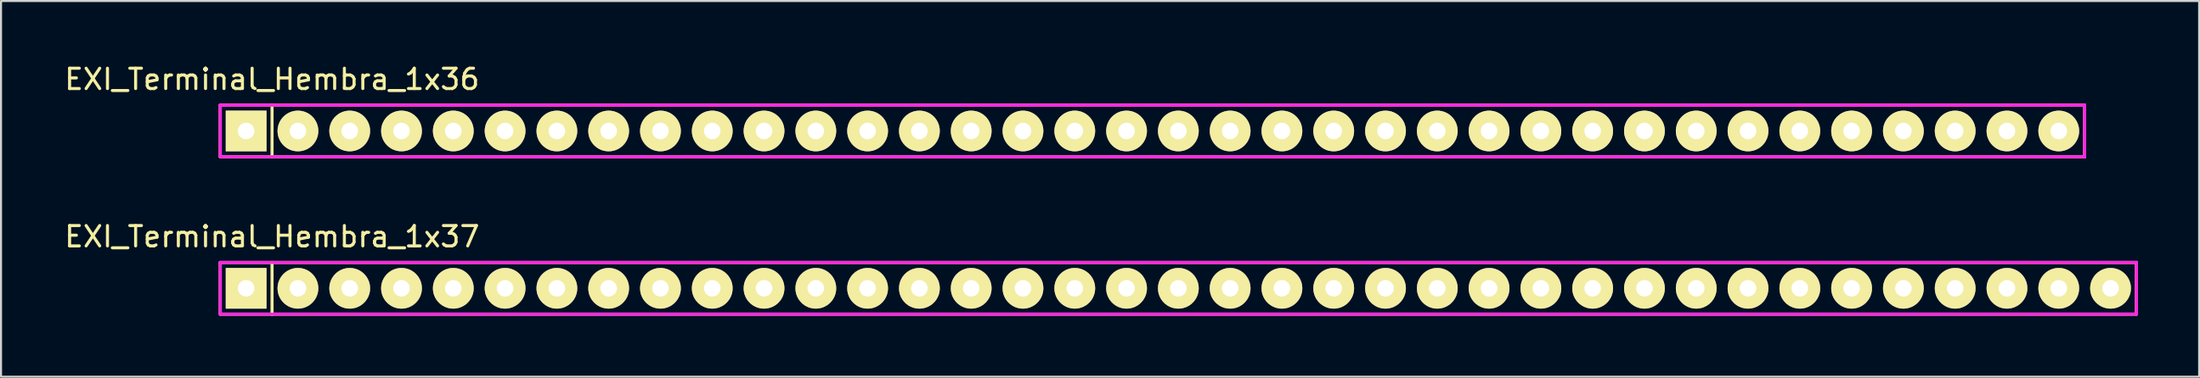
<source format=kicad_pcb>
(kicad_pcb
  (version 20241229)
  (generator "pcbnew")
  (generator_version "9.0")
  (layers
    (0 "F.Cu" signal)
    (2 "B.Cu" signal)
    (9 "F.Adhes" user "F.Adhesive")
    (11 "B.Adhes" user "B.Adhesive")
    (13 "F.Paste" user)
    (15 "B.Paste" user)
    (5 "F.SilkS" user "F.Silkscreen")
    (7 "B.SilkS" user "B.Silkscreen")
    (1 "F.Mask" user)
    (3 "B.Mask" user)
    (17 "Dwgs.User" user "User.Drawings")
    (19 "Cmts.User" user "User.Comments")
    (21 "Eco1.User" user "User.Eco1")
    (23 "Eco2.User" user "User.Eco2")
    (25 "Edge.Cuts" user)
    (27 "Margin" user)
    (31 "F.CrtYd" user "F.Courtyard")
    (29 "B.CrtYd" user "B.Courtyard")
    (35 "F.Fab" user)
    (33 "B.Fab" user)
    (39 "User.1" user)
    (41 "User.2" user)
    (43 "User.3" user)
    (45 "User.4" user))
  (footprint "EXI_Terminal_Hembra_1x37"
    (layer "F.Cu")
    (at 54.742 11.121)
    (property "Reference" "EXI_Terminal_Hembra_1x37" (at -44.45 -2.54 0) (layer "F.SilkS") (effects (font (size 1 1) (thickness 0.15))))
    (attr through_hole)
    (fp_line (start -46.99 -1.27) (end -46.99 1.27) (stroke (width 0.15) (type solid)) (layer "F.SilkS"))
    (fp_line (start -46.99 1.27) (end -44.45 1.27) (stroke (width 0.15) (type solid)) (layer "F.SilkS"))
    (fp_line (start -44.45 -1.27) (end -46.99 -1.27) (stroke (width 0.15) (type solid)) (layer "F.SilkS"))
    (fp_line (start -44.45 -1.27) (end 46.99 -1.27) (stroke (width 0.15) (type solid)) (layer "F.SilkS"))
    (fp_line (start -44.45 1.27) (end -44.45 -1.27) (stroke (width 0.15) (type solid)) (layer "F.SilkS"))
    (fp_line (start 46.99 -1.27) (end 46.99 1.27) (stroke (width 0.15) (type solid)) (layer "F.SilkS"))
    (fp_line (start 46.99 1.27) (end -44.45 1.27) (stroke (width 0.15) (type solid)) (layer "F.SilkS"))
    (fp_line (start -46.99 1.27) (end -46.99 -1.27) (stroke (width 0.15) (type solid)) (layer "F.CrtYd"))
    (fp_line (start -46.99 1.27) (end 46.99 1.27) (stroke (width 0.15) (type solid)) (layer "F.CrtYd"))
    (fp_line (start 46.99 -1.27) (end -46.99 -1.27) (stroke (width 0.15) (type solid)) (layer "F.CrtYd"))
    (fp_line (start 46.99 1.27) (end 46.99 -1.27) (stroke (width 0.15) (type solid)) (layer "F.CrtYd"))
    (pad "1" thru_hole rect (at -45.72 0) (size 1.999 1.999) (drill 0.813) (layers "*.Cu" "*.Mask" "F.SilkS"))
    (pad "2" thru_hole circle (at -43.18 0) (size 1.999 1.999) (drill 0.813) (layers "*.Cu" "*.Mask" "F.SilkS"))
    (pad "3" thru_hole circle (at -40.64 0) (size 1.999 1.999) (drill 0.813) (layers "*.Cu" "*.Mask" "F.SilkS"))
    (pad "4" thru_hole circle (at -38.1 0) (size 1.999 1.999) (drill 0.813) (layers "*.Cu" "*.Mask" "F.SilkS"))
    (pad "5" thru_hole circle (at -35.56 0) (size 1.999 1.999) (drill 0.813) (layers "*.Cu" "*.Mask" "F.SilkS"))
    (pad "6" thru_hole circle (at -33.02 0) (size 1.999 1.999) (drill 0.813) (layers "*.Cu" "*.Mask" "F.SilkS"))
    (pad "7" thru_hole circle (at -30.48 0) (size 1.999 1.999) (drill 0.813) (layers "*.Cu" "*.Mask" "F.SilkS"))
    (pad "8" thru_hole circle (at -27.94 0) (size 1.999 1.999) (drill 0.813) (layers "*.Cu" "*.Mask" "F.SilkS"))
    (pad "9" thru_hole circle (at -25.4 0) (size 1.999 1.999) (drill 0.813) (layers "*.Cu" "*.Mask" "F.SilkS"))
    (pad "10" thru_hole circle (at -22.86 0) (size 1.999 1.999) (drill 0.813) (layers "*.Cu" "*.Mask" "F.SilkS"))
    (pad "11" thru_hole circle (at -20.32 0) (size 1.999 1.999) (drill 0.813) (layers "*.Cu" "*.Mask" "F.SilkS"))
    (pad "12" thru_hole circle (at -17.78 0) (size 1.999 1.999) (drill 0.813) (layers "*.Cu" "*.Mask" "F.SilkS"))
    (pad "13" thru_hole circle (at -15.24 0) (size 1.999 1.999) (drill 0.813) (layers "*.Cu" "*.Mask" "F.SilkS"))
    (pad "14" thru_hole circle (at -12.7 0) (size 1.999 1.999) (drill 0.813) (layers "*.Cu" "*.Mask" "F.SilkS"))
    (pad "15" thru_hole circle (at -10.16 0) (size 1.999 1.999) (drill 0.813) (layers "*.Cu" "*.Mask" "F.SilkS"))
    (pad "16" thru_hole circle (at -7.62 0) (size 1.999 1.999) (drill 0.813) (layers "*.Cu" "*.Mask" "F.SilkS"))
    (pad "17" thru_hole circle (at -5.08 0) (size 1.999 1.999) (drill 0.813) (layers "*.Cu" "*.Mask" "F.SilkS"))
    (pad "18" thru_hole circle (at -2.54 0) (size 1.999 1.999) (drill 0.813) (layers "*.Cu" "*.Mask" "F.SilkS"))
    (pad "19" thru_hole circle (at 0 0) (size 1.999 1.999) (drill 0.813) (layers "*.Cu" "*.Mask" "F.SilkS"))
    (pad "20" thru_hole circle (at 2.54 0) (size 1.999 1.999) (drill 0.813) (layers "*.Cu" "*.Mask" "F.SilkS"))
    (pad "21" thru_hole circle (at 5.08 0) (size 1.999 1.999) (drill 0.813) (layers "*.Cu" "*.Mask" "F.SilkS"))
    (pad "22" thru_hole circle (at 7.62 0) (size 1.999 1.999) (drill 0.813) (layers "*.Cu" "*.Mask" "F.SilkS"))
    (pad "23" thru_hole circle (at 10.16 0) (size 1.999 1.999) (drill 0.813) (layers "*.Cu" "*.Mask" "F.SilkS"))
    (pad "24" thru_hole circle (at 12.7 0) (size 1.999 1.999) (drill 0.813) (layers "*.Cu" "*.Mask" "F.SilkS"))
    (pad "25" thru_hole circle (at 15.24 0) (size 1.999 1.999) (drill 0.813) (layers "*.Cu" "*.Mask" "F.SilkS"))
    (pad "26" thru_hole circle (at 17.78 0) (size 1.999 1.999) (drill 0.813) (layers "*.Cu" "*.Mask" "F.SilkS"))
    (pad "27" thru_hole circle (at 20.32 0) (size 1.999 1.999) (drill 0.813) (layers "*.Cu" "*.Mask" "F.SilkS"))
    (pad "28" thru_hole circle (at 22.86 0) (size 1.999 1.999) (drill 0.813) (layers "*.Cu" "*.Mask" "F.SilkS"))
    (pad "29" thru_hole circle (at 25.4 0) (size 1.999 1.999) (drill 0.813) (layers "*.Cu" "*.Mask" "F.SilkS"))
    (pad "30" thru_hole circle (at 27.94 0) (size 1.999 1.999) (drill 0.813) (layers "*.Cu" "*.Mask" "F.SilkS"))
    (pad "31" thru_hole circle (at 30.48 0) (size 1.999 1.999) (drill 0.813) (layers "*.Cu" "*.Mask" "F.SilkS"))
    (pad "32" thru_hole circle (at 33.02 0) (size 1.999 1.999) (drill 0.813) (layers "*.Cu" "*.Mask" "F.SilkS"))
    (pad "33" thru_hole circle (at 35.56 0) (size 1.999 1.999) (drill 0.813) (layers "*.Cu" "*.Mask" "F.SilkS"))
    (pad "34" thru_hole circle (at 38.1 0) (size 1.999 1.999) (drill 0.813) (layers "*.Cu" "*.Mask" "F.SilkS"))
    (pad "35" thru_hole circle (at 40.64 0) (size 1.999 1.999) (drill 0.813) (layers "*.Cu" "*.Mask" "F.SilkS"))
    (pad "36" thru_hole circle (at 43.18 0) (size 1.999 1.999) (drill 0.813) (layers "*.Cu" "*.Mask" "F.SilkS"))
    (pad "37" thru_hole circle (at 45.72 0) (size 1.999 1.999) (drill 0.813) (layers "*.Cu" "*.Mask" "F.SilkS")))
  (footprint "EXI_Terminal_Hembra_1x36"
    (layer "F.Cu")
    (at 53.472 3.388)
    (property "Reference" "EXI_Terminal_Hembra_1x36" (at -43.18 -2.54 0) (layer "F.SilkS") (effects (font (size 1 1) (thickness 0.15))))
    (attr through_hole)
    (fp_line (start -45.72 -1.27) (end -45.72 1.27) (stroke (width 0.15) (type solid)) (layer "F.SilkS"))
    (fp_line (start -45.72 1.27) (end -43.18 1.27) (stroke (width 0.15) (type solid)) (layer "F.SilkS"))
    (fp_line (start -43.18 -1.27) (end -45.72 -1.27) (stroke (width 0.15) (type solid)) (layer "F.SilkS"))
    (fp_line (start -43.18 -1.27) (end 45.72 -1.27) (stroke (width 0.15) (type solid)) (layer "F.SilkS"))
    (fp_line (start -43.18 1.27) (end -43.18 -1.27) (stroke (width 0.15) (type solid)) (layer "F.SilkS"))
    (fp_line (start 45.72 -1.27) (end 45.72 1.27) (stroke (width 0.15) (type solid)) (layer "F.SilkS"))
    (fp_line (start 45.72 1.27) (end -43.18 1.27) (stroke (width 0.15) (type solid)) (layer "F.SilkS"))
    (fp_line (start -45.72 1.27) (end -45.72 -1.27) (stroke (width 0.15) (type solid)) (layer "F.CrtYd"))
    (fp_line (start -45.72 1.27) (end 45.72 1.27) (stroke (width 0.15) (type solid)) (layer "F.CrtYd"))
    (fp_line (start 45.72 -1.27) (end -45.72 -1.27) (stroke (width 0.15) (type solid)) (layer "F.CrtYd"))
    (fp_line (start 45.72 1.27) (end 45.72 -1.27) (stroke (width 0.15) (type solid)) (layer "F.CrtYd"))
    (pad "1" thru_hole rect (at -44.45 0) (size 1.999 1.999) (drill 0.813) (layers "*.Cu" "*.Mask" "F.SilkS"))
    (pad "2" thru_hole circle (at -41.91 0) (size 1.999 1.999) (drill 0.813) (layers "*.Cu" "*.Mask" "F.SilkS"))
    (pad "3" thru_hole circle (at -39.37 0) (size 1.999 1.999) (drill 0.813) (layers "*.Cu" "*.Mask" "F.SilkS"))
    (pad "4" thru_hole circle (at -36.83 0) (size 1.999 1.999) (drill 0.813) (layers "*.Cu" "*.Mask" "F.SilkS"))
    (pad "5" thru_hole circle (at -34.29 0) (size 1.999 1.999) (drill 0.813) (layers "*.Cu" "*.Mask" "F.SilkS"))
    (pad "6" thru_hole circle (at -31.75 0) (size 1.999 1.999) (drill 0.813) (layers "*.Cu" "*.Mask" "F.SilkS"))
    (pad "7" thru_hole circle (at -29.21 0) (size 1.999 1.999) (drill 0.813) (layers "*.Cu" "*.Mask" "F.SilkS"))
    (pad "8" thru_hole circle (at -26.67 0) (size 1.999 1.999) (drill 0.813) (layers "*.Cu" "*.Mask" "F.SilkS"))
    (pad "9" thru_hole circle (at -24.13 0) (size 1.999 1.999) (drill 0.813) (layers "*.Cu" "*.Mask" "F.SilkS"))
    (pad "10" thru_hole circle (at -21.59 0) (size 1.999 1.999) (drill 0.813) (layers "*.Cu" "*.Mask" "F.SilkS"))
    (pad "11" thru_hole circle (at -19.05 0) (size 1.999 1.999) (drill 0.813) (layers "*.Cu" "*.Mask" "F.SilkS"))
    (pad "12" thru_hole circle (at -16.51 0) (size 1.999 1.999) (drill 0.813) (layers "*.Cu" "*.Mask" "F.SilkS"))
    (pad "13" thru_hole circle (at -13.97 0) (size 1.999 1.999) (drill 0.813) (layers "*.Cu" "*.Mask" "F.SilkS"))
    (pad "14" thru_hole circle (at -11.43 0) (size 1.999 1.999) (drill 0.813) (layers "*.Cu" "*.Mask" "F.SilkS"))
    (pad "15" thru_hole circle (at -8.89 0) (size 1.999 1.999) (drill 0.813) (layers "*.Cu" "*.Mask" "F.SilkS"))
    (pad "16" thru_hole circle (at -6.35 0) (size 1.999 1.999) (drill 0.813) (layers "*.Cu" "*.Mask" "F.SilkS"))
    (pad "17" thru_hole circle (at -3.81 0) (size 1.999 1.999) (drill 0.813) (layers "*.Cu" "*.Mask" "F.SilkS"))
    (pad "18" thru_hole circle (at -1.27 0) (size 1.999 1.999) (drill 0.813) (layers "*.Cu" "*.Mask" "F.SilkS"))
    (pad "19" thru_hole circle (at 1.27 0) (size 1.999 1.999) (drill 0.813) (layers "*.Cu" "*.Mask" "F.SilkS"))
    (pad "20" thru_hole circle (at 3.81 0) (size 1.999 1.999) (drill 0.813) (layers "*.Cu" "*.Mask" "F.SilkS"))
    (pad "21" thru_hole circle (at 6.35 0) (size 1.999 1.999) (drill 0.813) (layers "*.Cu" "*.Mask" "F.SilkS"))
    (pad "22" thru_hole circle (at 8.89 0) (size 1.999 1.999) (drill 0.813) (layers "*.Cu" "*.Mask" "F.SilkS"))
    (pad "23" thru_hole circle (at 11.43 0) (size 1.999 1.999) (drill 0.813) (layers "*.Cu" "*.Mask" "F.SilkS"))
    (pad "24" thru_hole circle (at 13.97 0) (size 1.999 1.999) (drill 0.813) (layers "*.Cu" "*.Mask" "F.SilkS"))
    (pad "25" thru_hole circle (at 16.51 0) (size 1.999 1.999) (drill 0.813) (layers "*.Cu" "*.Mask" "F.SilkS"))
    (pad "26" thru_hole circle (at 19.05 0) (size 1.999 1.999) (drill 0.813) (layers "*.Cu" "*.Mask" "F.SilkS"))
    (pad "27" thru_hole circle (at 21.59 0) (size 1.999 1.999) (drill 0.813) (layers "*.Cu" "*.Mask" "F.SilkS"))
    (pad "28" thru_hole circle (at 24.13 0) (size 1.999 1.999) (drill 0.813) (layers "*.Cu" "*.Mask" "F.SilkS"))
    (pad "29" thru_hole circle (at 26.67 0) (size 1.999 1.999) (drill 0.813) (layers "*.Cu" "*.Mask" "F.SilkS"))
    (pad "30" thru_hole circle (at 29.21 0) (size 1.999 1.999) (drill 0.813) (layers "*.Cu" "*.Mask" "F.SilkS"))
    (pad "31" thru_hole circle (at 31.75 0) (size 1.999 1.999) (drill 0.813) (layers "*.Cu" "*.Mask" "F.SilkS"))
    (pad "32" thru_hole circle (at 34.29 0) (size 1.999 1.999) (drill 0.813) (layers "*.Cu" "*.Mask" "F.SilkS"))
    (pad "33" thru_hole circle (at 36.83 0) (size 1.999 1.999) (drill 0.813) (layers "*.Cu" "*.Mask" "F.SilkS"))
    (pad "34" thru_hole circle (at 39.37 0) (size 1.999 1.999) (drill 0.813) (layers "*.Cu" "*.Mask" "F.SilkS"))
    (pad "35" thru_hole circle (at 41.91 0) (size 1.999 1.999) (drill 0.813) (layers "*.Cu" "*.Mask" "F.SilkS"))
    (pad "36" thru_hole circle (at 44.45 0) (size 1.999 1.999) (drill 0.813) (layers "*.Cu" "*.Mask" "F.SilkS")))
  (gr_rect
    (start -3 -3)
    (end 104.807 15.466)
    (stroke (width 0.1) (type default))
    (fill no)
    (layer "Edge.Cuts")))
</source>
